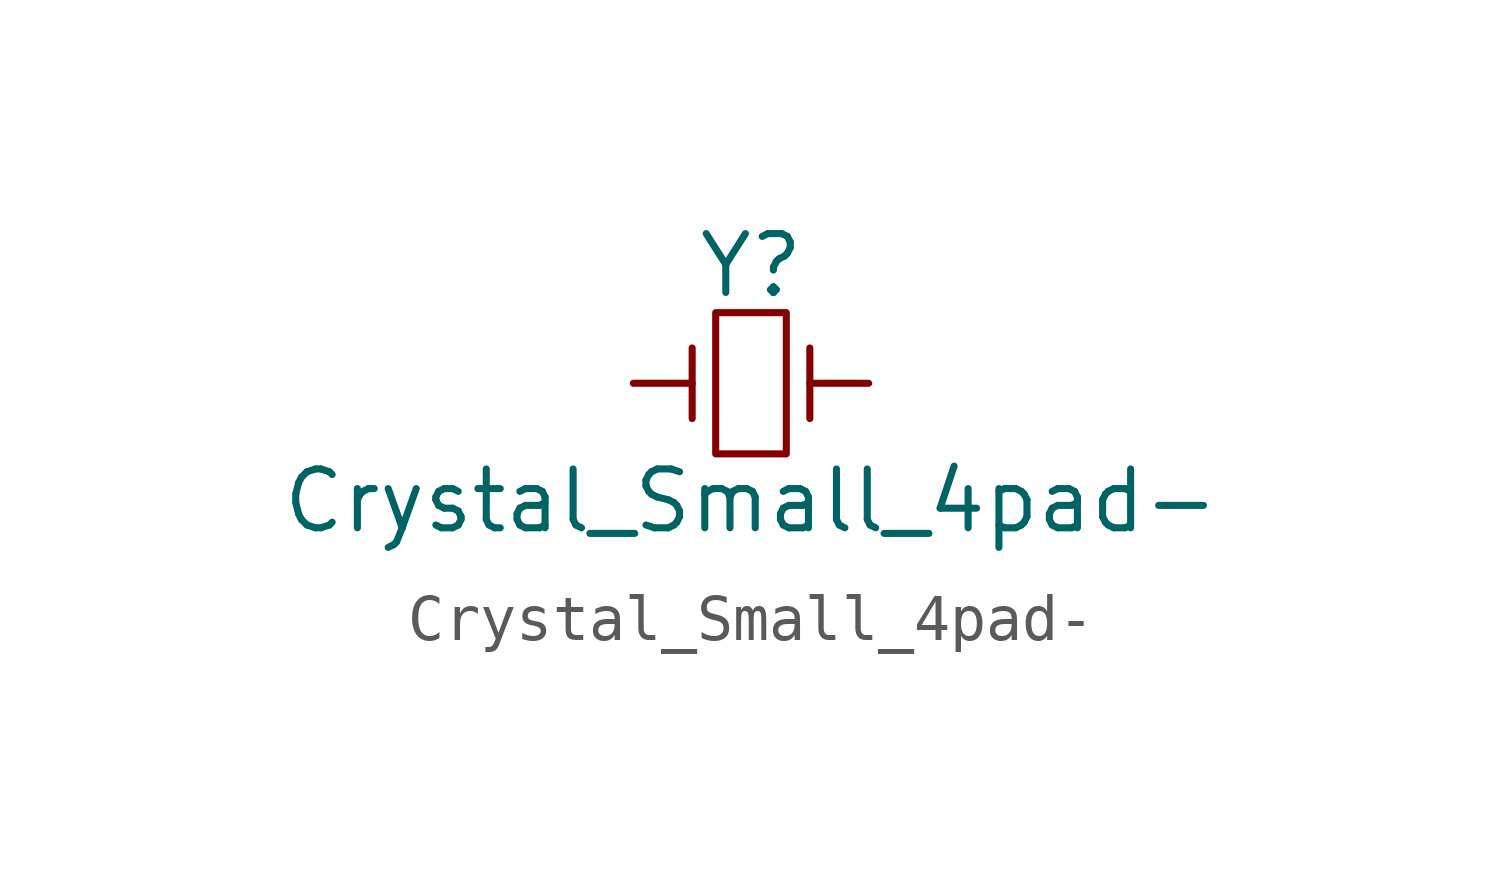
<source format=kicad_sym>
(kicad_symbol_lib
  (version 20220914)
  (generator kicad_symbol_editor)
  (symbol "Crystal_Small_4pad-"
    (pin_numbers hide)
    (pin_names
      (offset 1.016) hide)
    (property "Reference" "Y"
      (at 0 2.54 0)
      (effects (font (size 1.27 1.27))))
    (property "Value" "Crystal_Small_4pad-"
      (at 0 -2.54 0)
      (effects (font (size 1.27 1.27))))
    (property "Footprint" ""
      (at 0 0 0)
      (effects (font (size 1.27 1.27))))
    (property "Datasheet" ""
      (at 0 0 0)
      (effects (font (size 1.27 1.27))))
    (symbol "Crystal_Small_4pad-_0_1"
      (rectangle (start -0.762 -1.524) (end 0.762 1.524) (stroke (width 0) (type solid)) (fill (type none)))
      (polyline (pts (xy -1.27 -0.762) (xy -1.27 0.762)) (stroke (width 0) (type solid)) (fill (type none)))
      (polyline (pts (xy 1.27 -0.762) (xy 1.27 0.762)) (stroke (width 0) (type solid)) (fill (type none))))
    (symbol "Crystal_Small_4pad-_1_1"
      (pin passive line (at -2.54 0 0) (length 1.27) (name "1" (effects (font (size 1.016 1.016)))) (number "1" (effects (font (size 1.016 1.016)))))
      (pin passive line (at 2.54 0 180) (length 1.27) (name "2" (effects (font (size 1.016 1.016)))) (number "3" (effects (font (size 1.016 1.016))))))))
</source>
